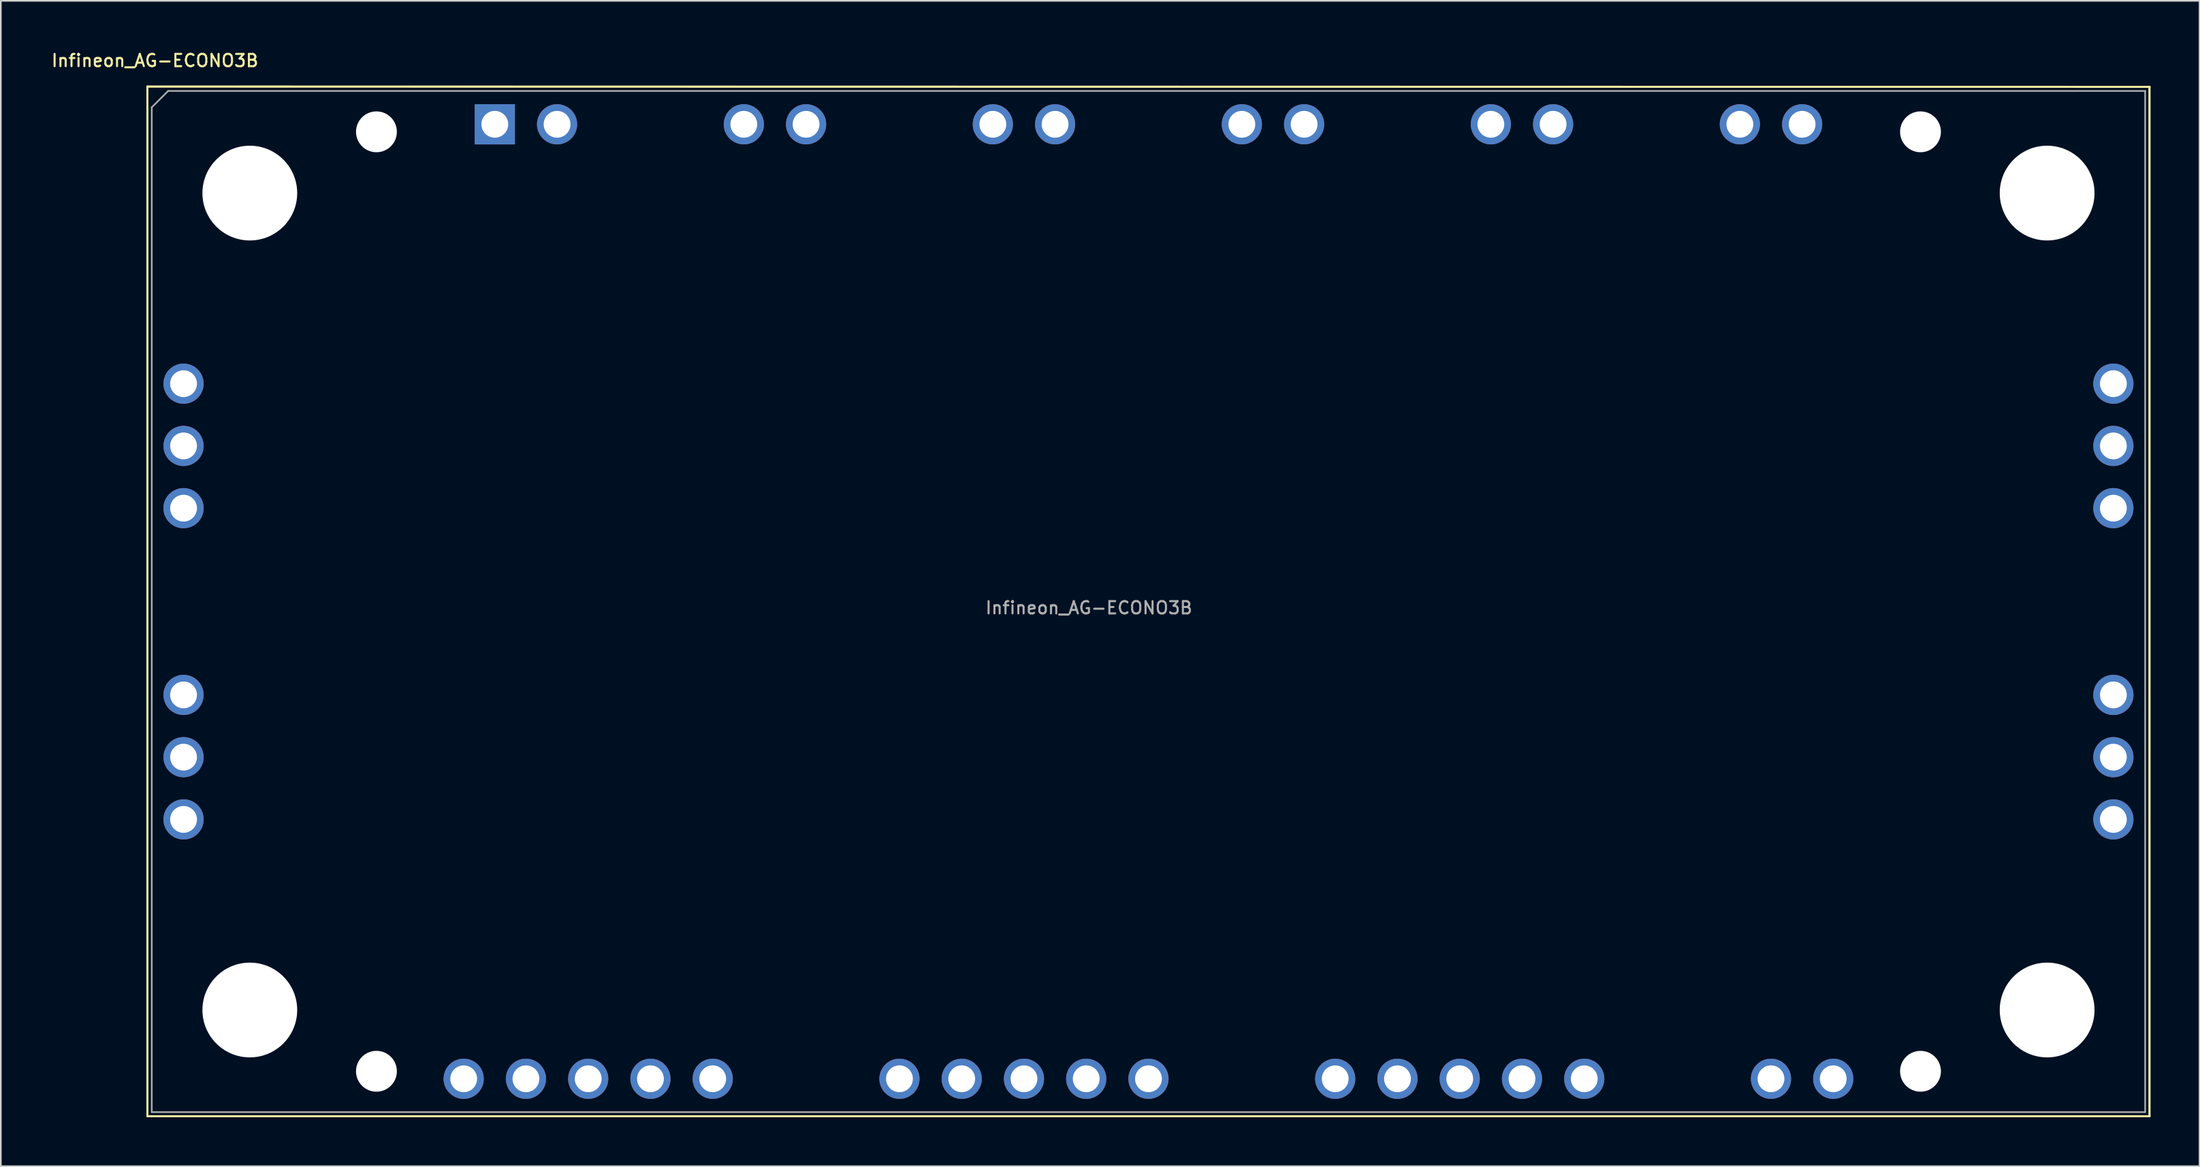
<source format=kicad_pcb>
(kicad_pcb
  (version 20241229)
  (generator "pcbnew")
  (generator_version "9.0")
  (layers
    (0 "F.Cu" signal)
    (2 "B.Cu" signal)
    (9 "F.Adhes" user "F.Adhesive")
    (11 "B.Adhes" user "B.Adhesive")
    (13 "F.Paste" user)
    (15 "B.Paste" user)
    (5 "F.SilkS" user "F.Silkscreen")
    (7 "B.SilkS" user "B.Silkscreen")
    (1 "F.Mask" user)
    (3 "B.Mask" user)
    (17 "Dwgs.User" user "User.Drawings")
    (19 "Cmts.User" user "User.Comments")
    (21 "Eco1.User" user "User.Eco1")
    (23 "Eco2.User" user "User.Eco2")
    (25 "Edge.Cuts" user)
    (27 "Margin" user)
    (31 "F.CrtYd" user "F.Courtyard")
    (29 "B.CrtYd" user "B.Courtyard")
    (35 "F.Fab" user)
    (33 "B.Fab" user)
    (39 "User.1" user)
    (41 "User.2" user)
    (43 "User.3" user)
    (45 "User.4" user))
  (footprint "Infineon_AG-ECONO3B"
    (layer "F.Cu")
    (at 27.234 4.558)
    (property "Reference" "Infineon_AG-ECONO3B" (at -20.8 -3.9 0) (layer "F.SilkS") (effects (font (size 0.75 0.75) (thickness 0.125))))
    (attr through_hole)
    (fp_line (start -21.266 -2.317) (end 101.276 -2.292) (stroke (width 0.12) (type solid)) (layer "F.SilkS"))
    (fp_line (start -21.266 60.712) (end -21.266 -2.317) (stroke (width 0.12) (type solid)) (layer "F.SilkS"))
    (fp_line (start -21.25 -2.3) (end -21.25 60.7) (stroke (width 0.1) (type solid)) (layer "F.SilkS"))
    (fp_line (start -21.25 -2.3) (end 101.26 -2.28) (stroke (width 0.1) (type solid)) (layer "F.SilkS"))
    (fp_line (start -21.25 60.7) (end 101.26 60.7) (stroke (width 0.1) (type solid)) (layer "F.SilkS"))
    (fp_line (start 101.26 60.7) (end 101.26 -2.28) (stroke (width 0.1) (type solid)) (layer "F.SilkS"))
    (fp_line (start 101.276 -2.292) (end 101.276 60.712) (stroke (width 0.12) (type solid)) (layer "F.SilkS"))
    (fp_line (start 101.276 60.712) (end -21.266 60.712) (stroke (width 0.12) (type solid)) (layer "F.SilkS"))
    (fp_line (start -20.995 60.46) (end -20.995 -1.04) (stroke (width 0.1) (type solid)) (layer "F.Fab"))
    (fp_line (start -20.995 60.46) (end 101.005 60.46) (stroke (width 0.1) (type solid)) (layer "F.Fab"))
    (fp_line (start -19.995 -2.04) (end -20.995 -1.04) (stroke (width 0.1) (type solid)) (layer "F.Fab"))
    (fp_line (start -19.995 -2.04) (end 101.005 -2.04) (stroke (width 0.1) (type solid)) (layer "F.Fab"))
    (fp_line (start 101.005 60.46) (end 101.005 -2.04) (stroke (width 0.1) (type solid)) (layer "F.Fab"))
    (fp_text user "${REFERENCE}" (at 36.362 29.595 180) (layer "F.Fab") (effects (font (size 0.75 0.75) (thickness 0.125))))
    (pad "" np_thru_hole circle (at -14.995 4.21) (size 5.8 5.8) (drill 5.8) (layers "*.Cu" "*.Mask"))
    (pad "" np_thru_hole circle (at -14.995 54.21) (size 5.8 5.8) (drill 5.8) (layers "*.Cu" "*.Mask"))
    (pad "" np_thru_hole circle (at -7.245 0.46) (size 2.5 2.5) (drill 2.5) (layers "*.Cu" "*.Mask"))
    (pad "" np_thru_hole circle (at -7.245 57.96) (size 2.5 2.5) (drill 2.5) (layers "*.Cu" "*.Mask"))
    (pad "" np_thru_hole circle (at 87.255 0.46) (size 2.5 2.5) (drill 2.5) (layers "*.Cu" "*.Mask"))
    (pad "" np_thru_hole circle (at 87.255 57.96) (size 2.5 2.5) (drill 2.5) (layers "*.Cu" "*.Mask"))
    (pad "" np_thru_hole circle (at 95.005 4.21) (size 5.8 5.8) (drill 5.8) (layers "*.Cu" "*.Mask"))
    (pad "" np_thru_hole circle (at 95.005 54.21) (size 5.8 5.8) (drill 5.8) (layers "*.Cu" "*.Mask"))
    (pad "1" thru_hole rect (at 0 0) (size 2.46 2.46) (drill 1.64) (layers "*.Cu" "*.Mask"))
    (pad "2" thru_hole circle (at 3.81 0) (size 2.46 2.46) (drill 1.64) (layers "*.Cu" "*.Mask"))
    (pad "3" thru_hole circle (at 15.24 0) (size 2.46 2.46) (drill 1.64) (layers "*.Cu" "*.Mask"))
    (pad "4" thru_hole circle (at 19.05 0) (size 2.46 2.46) (drill 1.64) (layers "*.Cu" "*.Mask"))
    (pad "5" thru_hole circle (at 30.48 0) (size 2.46 2.46) (drill 1.64) (layers "*.Cu" "*.Mask"))
    (pad "6" thru_hole circle (at 34.29 0) (size 2.46 2.46) (drill 1.64) (layers "*.Cu" "*.Mask"))
    (pad "7" thru_hole circle (at 45.72 0) (size 2.46 2.46) (drill 1.64) (layers "*.Cu" "*.Mask"))
    (pad "8" thru_hole circle (at 49.53 0) (size 2.46 2.46) (drill 1.64) (layers "*.Cu" "*.Mask"))
    (pad "9" thru_hole circle (at 60.96 0) (size 2.46 2.46) (drill 1.64) (layers "*.Cu" "*.Mask"))
    (pad "10" thru_hole circle (at 64.77 0) (size 2.46 2.46) (drill 1.64) (layers "*.Cu" "*.Mask"))
    (pad "11" thru_hole circle (at 76.2 0) (size 2.46 2.46) (drill 1.64) (layers "*.Cu" "*.Mask"))
    (pad "12" thru_hole circle (at 80.01 0) (size 2.46 2.46) (drill 1.64) (layers "*.Cu" "*.Mask"))
    (pad "13" thru_hole circle (at 99.06 15.875) (size 2.46 2.46) (drill 1.64) (layers "*.Cu" "*.Mask"))
    (pad "14" thru_hole circle (at 99.06 19.685) (size 2.46 2.46) (drill 1.64) (layers "*.Cu" "*.Mask"))
    (pad "15" thru_hole circle (at 99.06 23.495) (size 2.46 2.46) (drill 1.64) (layers "*.Cu" "*.Mask"))
    (pad "16" thru_hole circle (at 99.06 34.925) (size 2.46 2.46) (drill 1.64) (layers "*.Cu" "*.Mask"))
    (pad "17" thru_hole circle (at 99.06 38.735) (size 2.46 2.46) (drill 1.64) (layers "*.Cu" "*.Mask"))
    (pad "18" thru_hole circle (at 99.06 42.545) (size 2.46 2.46) (drill 1.64) (layers "*.Cu" "*.Mask"))
    (pad "19" thru_hole circle (at 81.915 58.42) (size 2.46 2.46) (drill 1.64) (layers "*.Cu" "*.Mask"))
    (pad "20" thru_hole circle (at 78.105 58.42) (size 2.46 2.46) (drill 1.64) (layers "*.Cu" "*.Mask"))
    (pad "21" thru_hole circle (at 66.675 58.42) (size 2.46 2.46) (drill 1.64) (layers "*.Cu" "*.Mask"))
    (pad "22" thru_hole circle (at 62.865 58.42) (size 2.46 2.46) (drill 1.64) (layers "*.Cu" "*.Mask"))
    (pad "23" thru_hole circle (at 59.055 58.42) (size 2.46 2.46) (drill 1.64) (layers "*.Cu" "*.Mask"))
    (pad "24" thru_hole circle (at 55.245 58.42) (size 2.46 2.46) (drill 1.64) (layers "*.Cu" "*.Mask"))
    (pad "25" thru_hole circle (at 51.435 58.42) (size 2.46 2.46) (drill 1.64) (layers "*.Cu" "*.Mask"))
    (pad "26" thru_hole circle (at 40.005 58.42) (size 2.46 2.46) (drill 1.64) (layers "*.Cu" "*.Mask"))
    (pad "27" thru_hole circle (at 36.195 58.42) (size 2.46 2.46) (drill 1.64) (layers "*.Cu" "*.Mask"))
    (pad "28" thru_hole circle (at 32.385 58.42) (size 2.46 2.46) (drill 1.64) (layers "*.Cu" "*.Mask"))
    (pad "29" thru_hole circle (at 28.575 58.42) (size 2.46 2.46) (drill 1.64) (layers "*.Cu" "*.Mask"))
    (pad "30" thru_hole circle (at 24.765 58.42) (size 2.46 2.46) (drill 1.64) (layers "*.Cu" "*.Mask"))
    (pad "31" thru_hole circle (at 13.335 58.42) (size 2.46 2.46) (drill 1.64) (layers "*.Cu" "*.Mask"))
    (pad "32" thru_hole circle (at 9.525 58.42) (size 2.46 2.46) (drill 1.64) (layers "*.Cu" "*.Mask"))
    (pad "33" thru_hole circle (at 5.715 58.42) (size 2.46 2.46) (drill 1.64) (layers "*.Cu" "*.Mask"))
    (pad "34" thru_hole circle (at 1.905 58.42) (size 2.46 2.46) (drill 1.64) (layers "*.Cu" "*.Mask"))
    (pad "35" thru_hole circle (at -1.905 58.42) (size 2.46 2.46) (drill 1.64) (layers "*.Cu" "*.Mask"))
    (pad "36" thru_hole circle (at -19.05 42.545) (size 2.46 2.46) (drill 1.64) (layers "*.Cu" "*.Mask"))
    (pad "37" thru_hole circle (at -19.05 38.735) (size 2.46 2.46) (drill 1.64) (layers "*.Cu" "*.Mask"))
    (pad "38" thru_hole circle (at -19.05 34.925) (size 2.46 2.46) (drill 1.64) (layers "*.Cu" "*.Mask"))
    (pad "39" thru_hole circle (at -19.05 23.495) (size 2.46 2.46) (drill 1.64) (layers "*.Cu" "*.Mask"))
    (pad "40" thru_hole circle (at -19.05 19.685) (size 2.46 2.46) (drill 1.64) (layers "*.Cu" "*.Mask"))
    (pad "41" thru_hole circle (at -19.05 15.875) (size 2.46 2.46) (drill 1.64) (layers "*.Cu" "*.Mask"))
    (zone (net_name "") (layers "F.Cu" "B.Cu") (name "MH") (hatch full 0.508) (connect_pads) (min_thickness 0.254) (filled_areas_thickness no) (keepout (tracks not_allowed) (vias not_allowed) (pads not_allowed) (copperpour not_allowed) (footprints not_allowed)) (placement (enabled no)) (fill) (polygon (pts (xy 17.733 8.76) (xy 17.714 8.299) (xy 17.656 7.842) (xy 17.56 7.391) (xy 17.427 6.95) (xy 17.257 6.521) (xy 17.052 6.108) (xy 16.813 5.714) (xy 16.542 5.341) (xy 16.241 4.992) (xy 15.912 4.669) (xy 15.556 4.375) (xy 15.178 4.112) (xy 14.779 3.882) (xy 14.361 3.685) (xy 13.929 3.525) (xy 13.485 3.401) (xy 13.032 3.314) (xy 12.574 3.266) (xy 12.113 3.256) (xy 11.653 3.285) (xy 11.197 3.353) (xy 10.748 3.458) (xy 10.309 3.6) (xy 9.884 3.779) (xy 9.476 3.993) (xy 9.086 4.24) (xy 8.719 4.518) (xy 8.377 4.827) (xy 8.061 5.163) (xy 7.775 5.524) (xy 7.519 5.908) (xy 7.297 6.312) (xy 7.11 6.734) (xy 6.958 7.169) (xy 6.843 7.616) (xy 6.767 8.07) (xy 6.728 8.53) (xy 6.728 8.991) (xy 6.767 9.45) (xy 6.843 9.905) (xy 6.958 10.351) (xy 7.11 10.787) (xy 7.297 11.208) (xy 7.519 11.612) (xy 7.775 11.996) (xy 8.061 12.357) (xy 8.377 12.693) (xy 8.719 13.002) (xy 9.086 13.281) (xy 9.476 13.528) (xy 9.884 13.741) (xy 10.309 13.92) (xy 10.748 14.062) (xy 11.197 14.168) (xy 11.653 14.235) (xy 12.113 14.264) (xy 12.574 14.254) (xy 13.032 14.206) (xy 13.485 14.12) (xy 13.929 13.996) (xy 14.361 13.835) (xy 14.779 13.639) (xy 15.178 13.408) (xy 15.556 13.145) (xy 15.912 12.851) (xy 16.241 12.529) (xy 16.542 12.18) (xy 16.813 11.807) (xy 17.052 11.412) (xy 17.257 10.999) (xy 17.427 10.571) (xy 17.56 10.129) (xy 17.656 9.678) (xy 17.714 9.221))))
    (zone (net_name "") (layers "F.Cu" "B.Cu") (name "MH") (hatch full 0.508) (connect_pads) (min_thickness 0.254) (filled_areas_thickness no) (keepout (tracks not_allowed) (vias not_allowed) (pads not_allowed) (copperpour not_allowed) (footprints not_allowed)) (placement (enabled no)) (fill) (polygon (pts (xy 17.733 58.76) (xy 17.714 58.299) (xy 17.656 57.842) (xy 17.56 57.391) (xy 17.427 56.95) (xy 17.257 56.521) (xy 17.052 56.108) (xy 16.813 55.714) (xy 16.542 55.341) (xy 16.241 54.992) (xy 15.912 54.669) (xy 15.556 54.375) (xy 15.178 54.112) (xy 14.779 53.882) (xy 14.361 53.685) (xy 13.929 53.525) (xy 13.485 53.401) (xy 13.032 53.314) (xy 12.574 53.266) (xy 12.113 53.256) (xy 11.653 53.285) (xy 11.197 53.353) (xy 10.748 53.458) (xy 10.309 53.6) (xy 9.884 53.779) (xy 9.476 53.993) (xy 9.086 54.24) (xy 8.719 54.518) (xy 8.377 54.827) (xy 8.061 55.163) (xy 7.775 55.524) (xy 7.519 55.908) (xy 7.297 56.312) (xy 7.11 56.734) (xy 6.958 57.169) (xy 6.843 57.616) (xy 6.767 58.07) (xy 6.728 58.53) (xy 6.728 58.991) (xy 6.767 59.45) (xy 6.843 59.905) (xy 6.958 60.351) (xy 7.11 60.787) (xy 7.297 61.208) (xy 7.519 61.612) (xy 7.775 61.996) (xy 8.061 62.357) (xy 8.377 62.693) (xy 8.719 63.002) (xy 9.086 63.281) (xy 9.476 63.528) (xy 9.884 63.741) (xy 10.309 63.92) (xy 10.748 64.062) (xy 11.197 64.168) (xy 11.653 64.235) (xy 12.113 64.264) (xy 12.574 64.254) (xy 13.032 64.206) (xy 13.485 64.12) (xy 13.929 63.996) (xy 14.361 63.835) (xy 14.779 63.639) (xy 15.178 63.408) (xy 15.556 63.145) (xy 15.912 62.851) (xy 16.241 62.529) (xy 16.542 62.18) (xy 16.813 61.807) (xy 17.052 61.412) (xy 17.257 60.999) (xy 17.427 60.571) (xy 17.56 60.129) (xy 17.656 59.678) (xy 17.714 59.221))))
    (zone (net_name "") (layers "F.Cu" "B.Cu") (name "MH") (hatch full 0.508) (connect_pads) (min_thickness 0.254) (filled_areas_thickness no) (keepout (tracks not_allowed) (vias not_allowed) (pads not_allowed) (copperpour not_allowed) (footprints not_allowed)) (placement (enabled no)) (fill) (polygon (pts (xy 127.733 8.76) (xy 127.714 8.299) (xy 127.656 7.842) (xy 127.56 7.391) (xy 127.427 6.95) (xy 127.257 6.521) (xy 127.052 6.108) (xy 126.813 5.714) (xy 126.542 5.341) (xy 126.241 4.992) (xy 125.912 4.669) (xy 125.556 4.375) (xy 125.178 4.112) (xy 124.779 3.882) (xy 124.361 3.685) (xy 123.929 3.525) (xy 123.485 3.401) (xy 123.032 3.314) (xy 122.574 3.266) (xy 122.113 3.256) (xy 121.653 3.285) (xy 121.197 3.353) (xy 120.748 3.458) (xy 120.309 3.6) (xy 119.884 3.779) (xy 119.476 3.993) (xy 119.086 4.24) (xy 118.719 4.518) (xy 118.377 4.827) (xy 118.061 5.163) (xy 117.775 5.524) (xy 117.519 5.908) (xy 117.297 6.312) (xy 117.11 6.734) (xy 116.958 7.169) (xy 116.843 7.616) (xy 116.767 8.07) (xy 116.728 8.53) (xy 116.728 8.991) (xy 116.767 9.45) (xy 116.843 9.905) (xy 116.958 10.351) (xy 117.11 10.787) (xy 117.297 11.208) (xy 117.519 11.612) (xy 117.775 11.996) (xy 118.061 12.357) (xy 118.377 12.693) (xy 118.719 13.002) (xy 119.086 13.281) (xy 119.476 13.528) (xy 119.884 13.741) (xy 120.309 13.92) (xy 120.748 14.062) (xy 121.197 14.168) (xy 121.653 14.235) (xy 122.113 14.264) (xy 122.574 14.254) (xy 123.032 14.206) (xy 123.485 14.12) (xy 123.929 13.996) (xy 124.361 13.835) (xy 124.779 13.639) (xy 125.178 13.408) (xy 125.556 13.145) (xy 125.912 12.851) (xy 126.241 12.529) (xy 126.542 12.18) (xy 126.813 11.807) (xy 127.052 11.412) (xy 127.257 10.999) (xy 127.427 10.571) (xy 127.56 10.129) (xy 127.656 9.678) (xy 127.714 9.221))))
    (zone (net_name "") (layers "F.Cu" "B.Cu") (name "MH") (hatch full 0.508) (connect_pads) (min_thickness 0.254) (filled_areas_thickness no) (keepout (tracks not_allowed) (vias not_allowed) (pads not_allowed) (copperpour not_allowed) (footprints not_allowed)) (placement (enabled no)) (fill) (polygon (pts (xy 127.733 58.76) (xy 127.714 58.299) (xy 127.656 57.842) (xy 127.56 57.391) (xy 127.427 56.95) (xy 127.257 56.521) (xy 127.052 56.108) (xy 126.813 55.714) (xy 126.542 55.341) (xy 126.241 54.992) (xy 125.912 54.669) (xy 125.556 54.375) (xy 125.178 54.112) (xy 124.779 53.882) (xy 124.361 53.685) (xy 123.929 53.525) (xy 123.485 53.401) (xy 123.032 53.314) (xy 122.574 53.266) (xy 122.113 53.256) (xy 121.653 53.285) (xy 121.197 53.353) (xy 120.748 53.458) (xy 120.309 53.6) (xy 119.884 53.779) (xy 119.476 53.993) (xy 119.086 54.24) (xy 118.719 54.518) (xy 118.377 54.827) (xy 118.061 55.163) (xy 117.775 55.524) (xy 117.519 55.908) (xy 117.297 56.312) (xy 117.11 56.734) (xy 116.958 57.169) (xy 116.843 57.616) (xy 116.767 58.07) (xy 116.728 58.53) (xy 116.728 58.991) (xy 116.767 59.45) (xy 116.843 59.905) (xy 116.958 60.351) (xy 117.11 60.787) (xy 117.297 61.208) (xy 117.519 61.612) (xy 117.775 61.996) (xy 118.061 62.357) (xy 118.377 62.693) (xy 118.719 63.002) (xy 119.086 63.281) (xy 119.476 63.528) (xy 119.884 63.741) (xy 120.309 63.92) (xy 120.748 64.062) (xy 121.197 64.168) (xy 121.653 64.235) (xy 122.113 64.264) (xy 122.574 64.254) (xy 123.032 64.206) (xy 123.485 64.12) (xy 123.929 63.996) (xy 124.361 63.835) (xy 124.779 63.639) (xy 125.178 63.408) (xy 125.556 63.145) (xy 125.912 62.851) (xy 126.241 62.529) (xy 126.542 62.18) (xy 126.813 61.807) (xy 127.052 61.412) (xy 127.257 60.999) (xy 127.427 60.571) (xy 127.56 60.129) (xy 127.656 59.678) (xy 127.714 59.221)))))
  (gr_rect
    (start -3 -3)
    (end 131.57 68.33)
    (stroke (width 0.1) (type default))
    (fill no)
    (layer "Edge.Cuts")))
</source>
